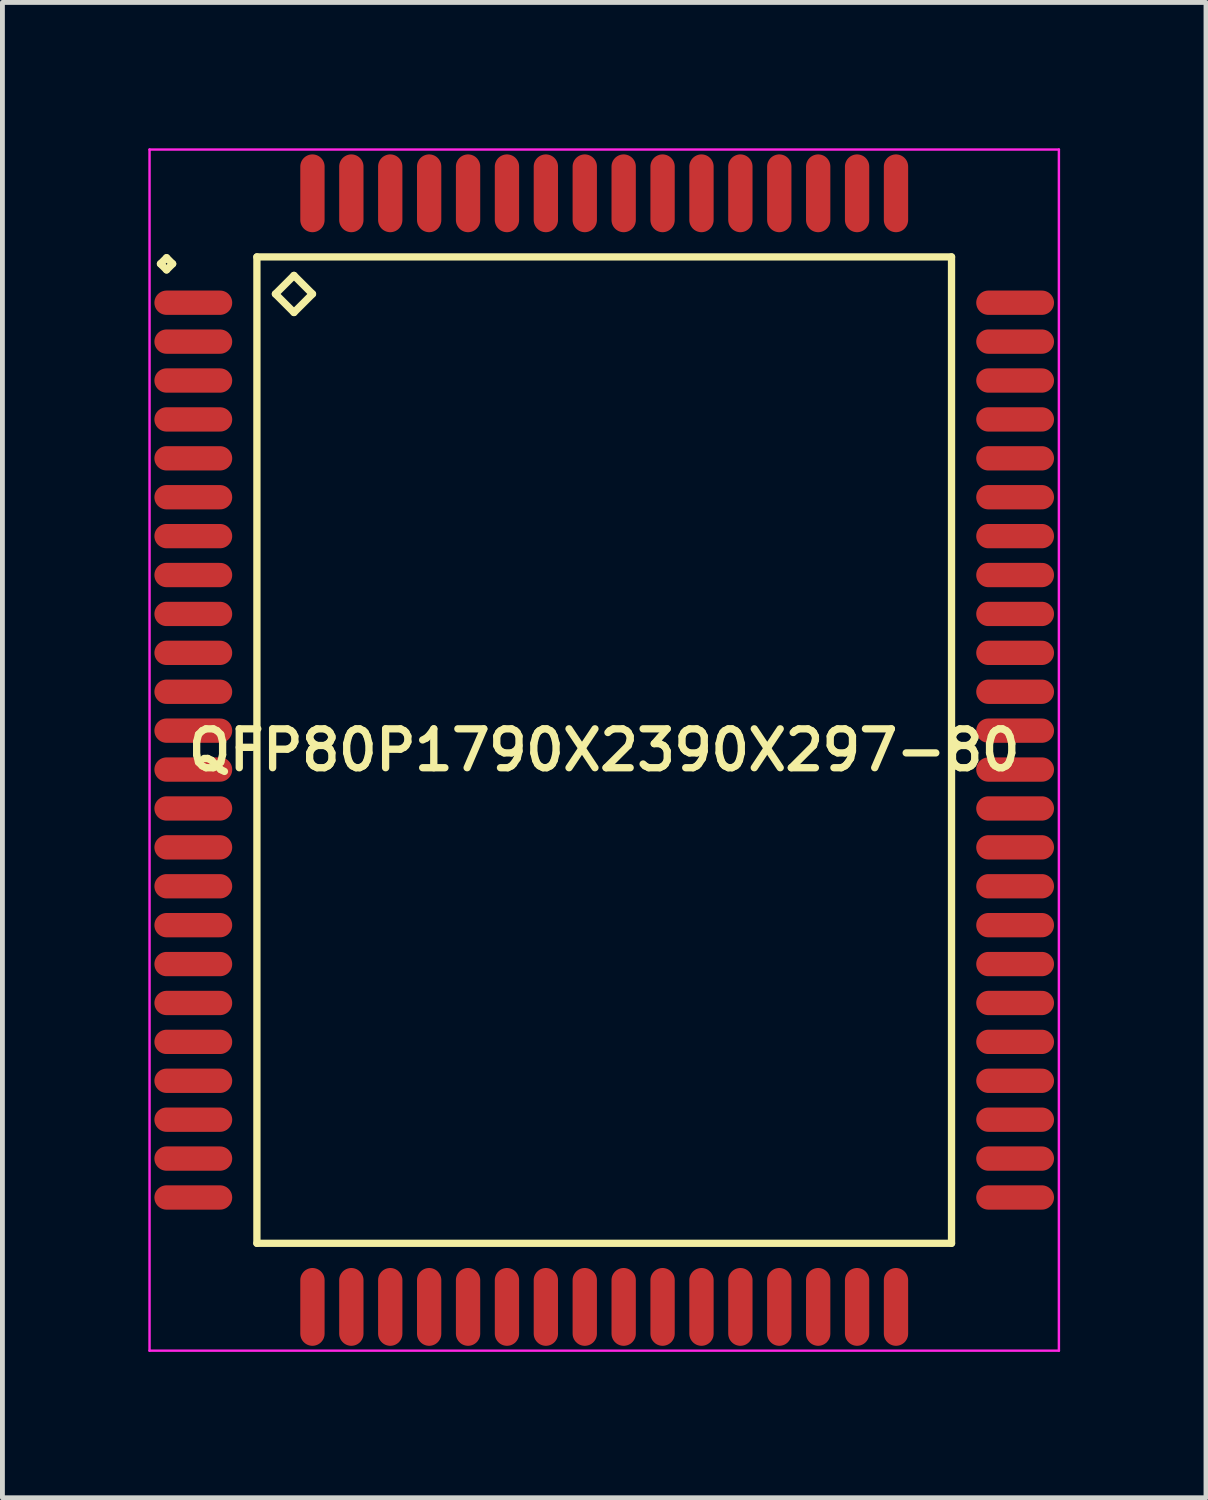
<source format=kicad_pcb>
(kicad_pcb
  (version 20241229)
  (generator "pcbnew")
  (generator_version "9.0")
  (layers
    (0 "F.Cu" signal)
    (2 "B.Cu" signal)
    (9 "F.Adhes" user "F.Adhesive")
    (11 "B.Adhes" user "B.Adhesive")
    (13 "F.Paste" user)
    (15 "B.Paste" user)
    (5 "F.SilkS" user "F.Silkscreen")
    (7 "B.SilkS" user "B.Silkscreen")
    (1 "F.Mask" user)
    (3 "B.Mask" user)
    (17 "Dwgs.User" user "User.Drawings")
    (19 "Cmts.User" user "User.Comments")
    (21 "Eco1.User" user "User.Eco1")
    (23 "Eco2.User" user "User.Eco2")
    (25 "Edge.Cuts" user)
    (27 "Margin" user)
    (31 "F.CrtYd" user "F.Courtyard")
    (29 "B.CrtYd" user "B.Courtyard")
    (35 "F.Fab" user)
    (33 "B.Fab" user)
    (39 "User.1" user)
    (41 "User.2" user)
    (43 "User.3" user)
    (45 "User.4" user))
  (footprint "QFP80P1790X2390X297-80"
    (layer "F.Cu")
    (at 9.375 12.375)
    (property "Reference" "QFP80P1790X2390X297-80" (at 0 0 0) (layer "F.SilkS") (effects (font (size 0.8 0.8) (thickness 0.15))))
    (attr smd)
    (fp_line (start -9.125 -10) (end -9 -10.125) (stroke (width 0.15) (type solid)) (layer "F.SilkS"))
    (fp_line (start -9 -10.125) (end -8.875 -10) (stroke (width 0.15) (type solid)) (layer "F.SilkS"))
    (fp_line (start -9 -9.875) (end -9.125 -10) (stroke (width 0.15) (type solid)) (layer "F.SilkS"))
    (fp_line (start -8.875 -10) (end -9 -9.875) (stroke (width 0.15) (type solid)) (layer "F.SilkS"))
    (fp_line (start -7.142 -10.142) (end -7.142 10.142) (stroke (width 0.15) (type solid)) (layer "F.SilkS"))
    (fp_line (start -7.142 10.142) (end 7.142 10.142) (stroke (width 0.15) (type solid)) (layer "F.SilkS"))
    (fp_line (start -6.761 -9.38) (end -6.38 -9.761) (stroke (width 0.15) (type solid)) (layer "F.SilkS"))
    (fp_line (start -6.38 -9.761) (end -5.999 -9.38) (stroke (width 0.15) (type solid)) (layer "F.SilkS"))
    (fp_line (start -6.38 -8.999) (end -6.761 -9.38) (stroke (width 0.15) (type solid)) (layer "F.SilkS"))
    (fp_line (start -5.999 -9.38) (end -6.38 -8.999) (stroke (width 0.15) (type solid)) (layer "F.SilkS"))
    (fp_line (start 7.142 -10.142) (end -7.142 -10.142) (stroke (width 0.15) (type solid)) (layer "F.SilkS"))
    (fp_line (start 7.142 10.142) (end 7.142 -10.142) (stroke (width 0.15) (type solid)) (layer "F.SilkS"))
    (fp_line (start -9.35 -12.35) (end 9.35 -12.35) (stroke (width 0.05) (type solid)) (layer "F.CrtYd"))
    (fp_line (start -9.35 12.35) (end -9.35 -12.35) (stroke (width 0.05) (type solid)) (layer "F.CrtYd"))
    (fp_line (start 9.35 -12.35) (end 9.35 12.35) (stroke (width 0.05) (type solid)) (layer "F.CrtYd"))
    (fp_line (start 9.35 12.35) (end -9.35 12.35) (stroke (width 0.05) (type solid)) (layer "F.CrtYd"))
    (pad "1" smd oval (at -8.45 -9.2) (size 1.6 0.5) (layers "F.Cu" "F.Mask" "F.Paste"))
    (pad "2" smd oval (at -8.45 -8.4) (size 1.6 0.5) (layers "F.Cu" "F.Mask" "F.Paste"))
    (pad "3" smd oval (at -8.45 -7.6) (size 1.6 0.5) (layers "F.Cu" "F.Mask" "F.Paste"))
    (pad "4" smd oval (at -8.45 -6.8) (size 1.6 0.5) (layers "F.Cu" "F.Mask" "F.Paste"))
    (pad "5" smd oval (at -8.45 -6) (size 1.6 0.5) (layers "F.Cu" "F.Mask" "F.Paste"))
    (pad "6" smd oval (at -8.45 -5.2) (size 1.6 0.5) (layers "F.Cu" "F.Mask" "F.Paste"))
    (pad "7" smd oval (at -8.45 -4.4) (size 1.6 0.5) (layers "F.Cu" "F.Mask" "F.Paste"))
    (pad "8" smd oval (at -8.45 -3.6) (size 1.6 0.5) (layers "F.Cu" "F.Mask" "F.Paste"))
    (pad "9" smd oval (at -8.45 -2.8) (size 1.6 0.5) (layers "F.Cu" "F.Mask" "F.Paste"))
    (pad "10" smd oval (at -8.45 -2) (size 1.6 0.5) (layers "F.Cu" "F.Mask" "F.Paste"))
    (pad "11" smd oval (at -8.45 -1.2) (size 1.6 0.5) (layers "F.Cu" "F.Mask" "F.Paste"))
    (pad "12" smd oval (at -8.45 -0.4) (size 1.6 0.5) (layers "F.Cu" "F.Mask" "F.Paste"))
    (pad "13" smd oval (at -8.45 0.4) (size 1.6 0.5) (layers "F.Cu" "F.Mask" "F.Paste"))
    (pad "14" smd oval (at -8.45 1.2) (size 1.6 0.5) (layers "F.Cu" "F.Mask" "F.Paste"))
    (pad "15" smd oval (at -8.45 2) (size 1.6 0.5) (layers "F.Cu" "F.Mask" "F.Paste"))
    (pad "16" smd oval (at -8.45 2.8) (size 1.6 0.5) (layers "F.Cu" "F.Mask" "F.Paste"))
    (pad "17" smd oval (at -8.45 3.6) (size 1.6 0.5) (layers "F.Cu" "F.Mask" "F.Paste"))
    (pad "18" smd oval (at -8.45 4.4) (size 1.6 0.5) (layers "F.Cu" "F.Mask" "F.Paste"))
    (pad "19" smd oval (at -8.45 5.2) (size 1.6 0.5) (layers "F.Cu" "F.Mask" "F.Paste"))
    (pad "20" smd oval (at -8.45 6) (size 1.6 0.5) (layers "F.Cu" "F.Mask" "F.Paste"))
    (pad "21" smd oval (at -8.45 6.8) (size 1.6 0.5) (layers "F.Cu" "F.Mask" "F.Paste"))
    (pad "22" smd oval (at -8.45 7.6) (size 1.6 0.5) (layers "F.Cu" "F.Mask" "F.Paste"))
    (pad "23" smd oval (at -8.45 8.4) (size 1.6 0.5) (layers "F.Cu" "F.Mask" "F.Paste"))
    (pad "24" smd oval (at -8.45 9.2) (size 1.6 0.5) (layers "F.Cu" "F.Mask" "F.Paste"))
    (pad "25" smd oval (at -6 11.45) (size 0.5 1.6) (layers "F.Cu" "F.Mask" "F.Paste"))
    (pad "26" smd oval (at -5.2 11.45) (size 0.5 1.6) (layers "F.Cu" "F.Mask" "F.Paste"))
    (pad "27" smd oval (at -4.4 11.45) (size 0.5 1.6) (layers "F.Cu" "F.Mask" "F.Paste"))
    (pad "28" smd oval (at -3.6 11.45) (size 0.5 1.6) (layers "F.Cu" "F.Mask" "F.Paste"))
    (pad "29" smd oval (at -2.8 11.45) (size 0.5 1.6) (layers "F.Cu" "F.Mask" "F.Paste"))
    (pad "30" smd oval (at -2 11.45) (size 0.5 1.6) (layers "F.Cu" "F.Mask" "F.Paste"))
    (pad "31" smd oval (at -1.2 11.45) (size 0.5 1.6) (layers "F.Cu" "F.Mask" "F.Paste"))
    (pad "32" smd oval (at -0.4 11.45) (size 0.5 1.6) (layers "F.Cu" "F.Mask" "F.Paste"))
    (pad "33" smd oval (at 0.4 11.45) (size 0.5 1.6) (layers "F.Cu" "F.Mask" "F.Paste"))
    (pad "34" smd oval (at 1.2 11.45) (size 0.5 1.6) (layers "F.Cu" "F.Mask" "F.Paste"))
    (pad "35" smd oval (at 2 11.45) (size 0.5 1.6) (layers "F.Cu" "F.Mask" "F.Paste"))
    (pad "36" smd oval (at 2.8 11.45) (size 0.5 1.6) (layers "F.Cu" "F.Mask" "F.Paste"))
    (pad "37" smd oval (at 3.6 11.45) (size 0.5 1.6) (layers "F.Cu" "F.Mask" "F.Paste"))
    (pad "38" smd oval (at 4.4 11.45) (size 0.5 1.6) (layers "F.Cu" "F.Mask" "F.Paste"))
    (pad "39" smd oval (at 5.2 11.45) (size 0.5 1.6) (layers "F.Cu" "F.Mask" "F.Paste"))
    (pad "40" smd oval (at 6 11.45) (size 0.5 1.6) (layers "F.Cu" "F.Mask" "F.Paste"))
    (pad "41" smd oval (at 8.45 9.2) (size 1.6 0.5) (layers "F.Cu" "F.Mask" "F.Paste"))
    (pad "42" smd oval (at 8.45 8.4) (size 1.6 0.5) (layers "F.Cu" "F.Mask" "F.Paste"))
    (pad "43" smd oval (at 8.45 7.6) (size 1.6 0.5) (layers "F.Cu" "F.Mask" "F.Paste"))
    (pad "44" smd oval (at 8.45 6.8) (size 1.6 0.5) (layers "F.Cu" "F.Mask" "F.Paste"))
    (pad "45" smd oval (at 8.45 6) (size 1.6 0.5) (layers "F.Cu" "F.Mask" "F.Paste"))
    (pad "46" smd oval (at 8.45 5.2) (size 1.6 0.5) (layers "F.Cu" "F.Mask" "F.Paste"))
    (pad "47" smd oval (at 8.45 4.4) (size 1.6 0.5) (layers "F.Cu" "F.Mask" "F.Paste"))
    (pad "48" smd oval (at 8.45 3.6) (size 1.6 0.5) (layers "F.Cu" "F.Mask" "F.Paste"))
    (pad "49" smd oval (at 8.45 2.8) (size 1.6 0.5) (layers "F.Cu" "F.Mask" "F.Paste"))
    (pad "50" smd oval (at 8.45 2) (size 1.6 0.5) (layers "F.Cu" "F.Mask" "F.Paste"))
    (pad "51" smd oval (at 8.45 1.2) (size 1.6 0.5) (layers "F.Cu" "F.Mask" "F.Paste"))
    (pad "52" smd oval (at 8.45 0.4) (size 1.6 0.5) (layers "F.Cu" "F.Mask" "F.Paste"))
    (pad "53" smd oval (at 8.45 -0.4) (size 1.6 0.5) (layers "F.Cu" "F.Mask" "F.Paste"))
    (pad "54" smd oval (at 8.45 -1.2) (size 1.6 0.5) (layers "F.Cu" "F.Mask" "F.Paste"))
    (pad "55" smd oval (at 8.45 -2) (size 1.6 0.5) (layers "F.Cu" "F.Mask" "F.Paste"))
    (pad "56" smd oval (at 8.45 -2.8) (size 1.6 0.5) (layers "F.Cu" "F.Mask" "F.Paste"))
    (pad "57" smd oval (at 8.45 -3.6) (size 1.6 0.5) (layers "F.Cu" "F.Mask" "F.Paste"))
    (pad "58" smd oval (at 8.45 -4.4) (size 1.6 0.5) (layers "F.Cu" "F.Mask" "F.Paste"))
    (pad "59" smd oval (at 8.45 -5.2) (size 1.6 0.5) (layers "F.Cu" "F.Mask" "F.Paste"))
    (pad "60" smd oval (at 8.45 -6) (size 1.6 0.5) (layers "F.Cu" "F.Mask" "F.Paste"))
    (pad "61" smd oval (at 8.45 -6.8) (size 1.6 0.5) (layers "F.Cu" "F.Mask" "F.Paste"))
    (pad "62" smd oval (at 8.45 -7.6) (size 1.6 0.5) (layers "F.Cu" "F.Mask" "F.Paste"))
    (pad "63" smd oval (at 8.45 -8.4) (size 1.6 0.5) (layers "F.Cu" "F.Mask" "F.Paste"))
    (pad "64" smd oval (at 8.45 -9.2) (size 1.6 0.5) (layers "F.Cu" "F.Mask" "F.Paste"))
    (pad "65" smd oval (at 6 -11.45) (size 0.5 1.6) (layers "F.Cu" "F.Mask" "F.Paste"))
    (pad "66" smd oval (at 5.2 -11.45) (size 0.5 1.6) (layers "F.Cu" "F.Mask" "F.Paste"))
    (pad "67" smd oval (at 4.4 -11.45) (size 0.5 1.6) (layers "F.Cu" "F.Mask" "F.Paste"))
    (pad "68" smd oval (at 3.6 -11.45) (size 0.5 1.6) (layers "F.Cu" "F.Mask" "F.Paste"))
    (pad "69" smd oval (at 2.8 -11.45) (size 0.5 1.6) (layers "F.Cu" "F.Mask" "F.Paste"))
    (pad "70" smd oval (at 2 -11.45) (size 0.5 1.6) (layers "F.Cu" "F.Mask" "F.Paste"))
    (pad "71" smd oval (at 1.2 -11.45) (size 0.5 1.6) (layers "F.Cu" "F.Mask" "F.Paste"))
    (pad "72" smd oval (at 0.4 -11.45) (size 0.5 1.6) (layers "F.Cu" "F.Mask" "F.Paste"))
    (pad "73" smd oval (at -0.4 -11.45) (size 0.5 1.6) (layers "F.Cu" "F.Mask" "F.Paste"))
    (pad "74" smd oval (at -1.2 -11.45) (size 0.5 1.6) (layers "F.Cu" "F.Mask" "F.Paste"))
    (pad "75" smd oval (at -2 -11.45) (size 0.5 1.6) (layers "F.Cu" "F.Mask" "F.Paste"))
    (pad "76" smd oval (at -2.8 -11.45) (size 0.5 1.6) (layers "F.Cu" "F.Mask" "F.Paste"))
    (pad "77" smd oval (at -3.6 -11.45) (size 0.5 1.6) (layers "F.Cu" "F.Mask" "F.Paste"))
    (pad "78" smd oval (at -4.4 -11.45) (size 0.5 1.6) (layers "F.Cu" "F.Mask" "F.Paste"))
    (pad "79" smd oval (at -5.2 -11.45) (size 0.5 1.6) (layers "F.Cu" "F.Mask" "F.Paste"))
    (pad "80" smd oval (at -6 -11.45) (size 0.5 1.6) (layers "F.Cu" "F.Mask" "F.Paste")))
  (gr_rect
    (start -3 -3)
    (end 21.75 27.75)
    (stroke (width 0.1) (type default))
    (fill no)
    (layer "Edge.Cuts")))
</source>
